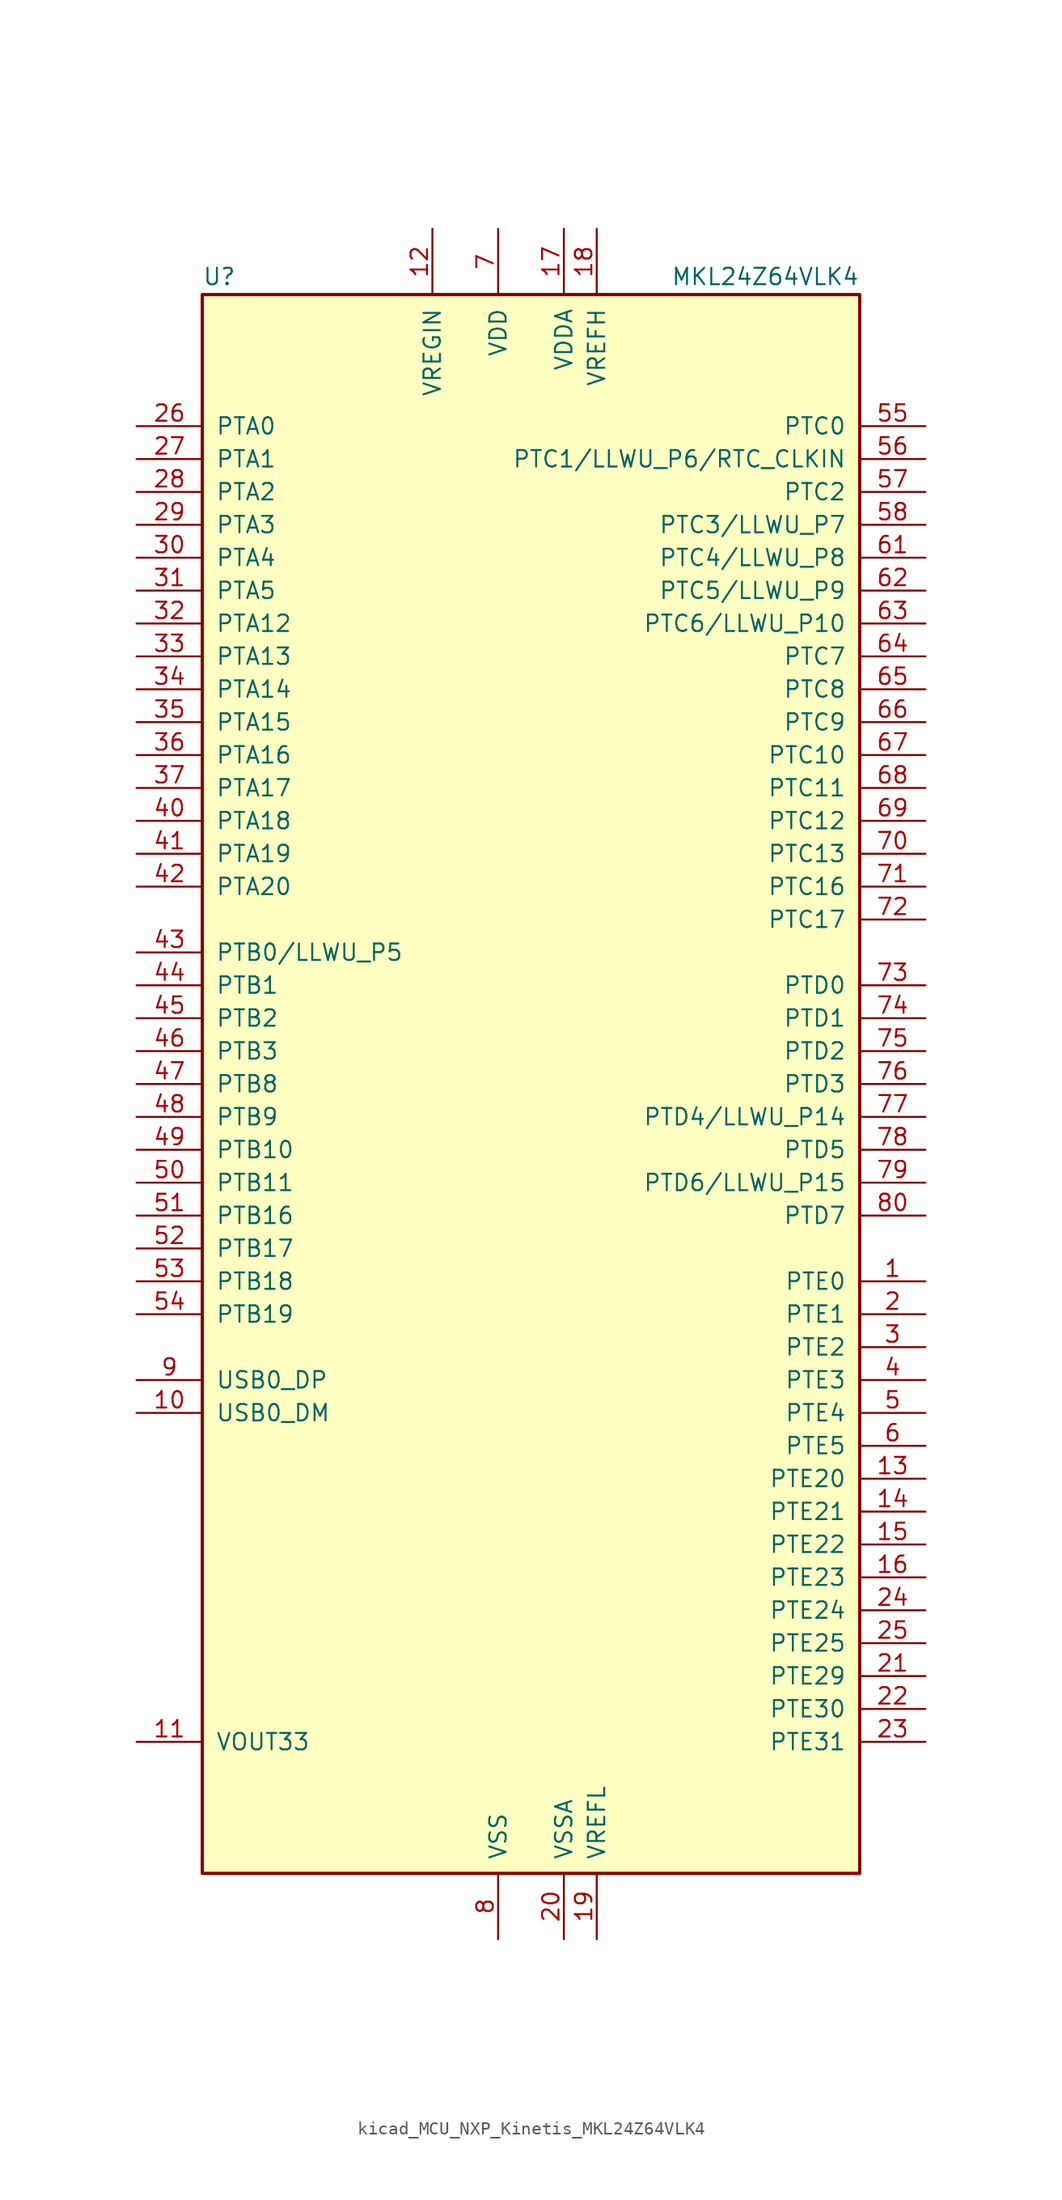
<source format=kicad_sym>
(kicad_symbol_lib
  (version 20220914)
  (generator kicad_symbol_editor)
  (symbol "kicad_MCU_NXP_Kinetis_MKL24Z64VLK4"
    (pin_names
      (offset 1.016))
    (property "Reference" "U"
      (at -25.4 61.595 0)
      (effects (font (size 1.27 1.27)) (justify left bottom)))
    (property "Value" "MKL24Z64VLK4"
      (at 25.4 61.595 0)
      (effects (font (size 1.27 1.27)) (justify right bottom)))
    (symbol "kicad_MCU_NXP_Kinetis_MKL24Z64VLK4_0_1"
      (rectangle (start -25.4 60.96) (end 25.4 -60.96) (stroke (width 0.254) (type default)) (fill (type background))))
    (symbol "kicad_MCU_NXP_Kinetis_MKL24Z64VLK4_1_1"
      (pin bidirectional line (at 30.48 -15.24 180) (length 5.08) (name "PTE0" (effects (font (size 1.27 1.27)))) (number "1" (effects (font (size 1.27 1.27)))))
      (pin bidirectional line (at -30.48 -25.4 0) (length 5.08) (name "USB0_DM" (effects (font (size 1.27 1.27)))) (number "10" (effects (font (size 1.27 1.27)))))
      (pin power_out line (at -30.48 -50.8 0) (length 5.08) (name "VOUT33" (effects (font (size 1.27 1.27)))) (number "11" (effects (font (size 1.27 1.27)))))
      (pin power_in line (at -7.62 66.04 270) (length 5.08) (name "VREGIN" (effects (font (size 1.27 1.27)))) (number "12" (effects (font (size 1.27 1.27)))))
      (pin bidirectional line (at 30.48 -30.48 180) (length 5.08) (name "PTE20" (effects (font (size 1.27 1.27)))) (number "13" (effects (font (size 1.27 1.27)))))
      (pin bidirectional line (at 30.48 -33.02 180) (length 5.08) (name "PTE21" (effects (font (size 1.27 1.27)))) (number "14" (effects (font (size 1.27 1.27)))))
      (pin bidirectional line (at 30.48 -35.56 180) (length 5.08) (name "PTE22" (effects (font (size 1.27 1.27)))) (number "15" (effects (font (size 1.27 1.27)))))
      (pin bidirectional line (at 30.48 -38.1 180) (length 5.08) (name "PTE23" (effects (font (size 1.27 1.27)))) (number "16" (effects (font (size 1.27 1.27)))))
      (pin power_in line (at 2.54 66.04 270) (length 5.08) (name "VDDA" (effects (font (size 1.27 1.27)))) (number "17" (effects (font (size 1.27 1.27)))))
      (pin power_in line (at 5.08 66.04 270) (length 5.08) (name "VREFH" (effects (font (size 1.27 1.27)))) (number "18" (effects (font (size 1.27 1.27)))))
      (pin power_in line (at 5.08 -66.04 90) (length 5.08) (name "VREFL" (effects (font (size 1.27 1.27)))) (number "19" (effects (font (size 1.27 1.27)))))
      (pin bidirectional line (at 30.48 -17.78 180) (length 5.08) (name "PTE1" (effects (font (size 1.27 1.27)))) (number "2" (effects (font (size 1.27 1.27)))))
      (pin power_in line (at 2.54 -66.04 90) (length 5.08) (name "VSSA" (effects (font (size 1.27 1.27)))) (number "20" (effects (font (size 1.27 1.27)))))
      (pin bidirectional line (at 30.48 -45.72 180) (length 5.08) (name "PTE29" (effects (font (size 1.27 1.27)))) (number "21" (effects (font (size 1.27 1.27)))))
      (pin bidirectional line (at 30.48 -48.26 180) (length 5.08) (name "PTE30" (effects (font (size 1.27 1.27)))) (number "22" (effects (font (size 1.27 1.27)))))
      (pin bidirectional line (at 30.48 -50.8 180) (length 5.08) (name "PTE31" (effects (font (size 1.27 1.27)))) (number "23" (effects (font (size 1.27 1.27)))))
      (pin bidirectional line (at 30.48 -40.64 180) (length 5.08) (name "PTE24" (effects (font (size 1.27 1.27)))) (number "24" (effects (font (size 1.27 1.27)))))
      (pin bidirectional line (at 30.48 -43.18 180) (length 5.08) (name "PTE25" (effects (font (size 1.27 1.27)))) (number "25" (effects (font (size 1.27 1.27)))))
      (pin bidirectional line (at -30.48 50.8 0) (length 5.08) (name "PTA0" (effects (font (size 1.27 1.27)))) (number "26" (effects (font (size 1.27 1.27)))))
      (pin bidirectional line (at -30.48 48.26 0) (length 5.08) (name "PTA1" (effects (font (size 1.27 1.27)))) (number "27" (effects (font (size 1.27 1.27)))))
      (pin bidirectional line (at -30.48 45.72 0) (length 5.08) (name "PTA2" (effects (font (size 1.27 1.27)))) (number "28" (effects (font (size 1.27 1.27)))))
      (pin bidirectional line (at -30.48 43.18 0) (length 5.08) (name "PTA3" (effects (font (size 1.27 1.27)))) (number "29" (effects (font (size 1.27 1.27)))))
      (pin bidirectional line (at 30.48 -20.32 180) (length 5.08) (name "PTE2" (effects (font (size 1.27 1.27)))) (number "3" (effects (font (size 1.27 1.27)))))
      (pin bidirectional line (at -30.48 40.64 0) (length 5.08) (name "PTA4" (effects (font (size 1.27 1.27)))) (number "30" (effects (font (size 1.27 1.27)))))
      (pin bidirectional line (at -30.48 38.1 0) (length 5.08) (name "PTA5" (effects (font (size 1.27 1.27)))) (number "31" (effects (font (size 1.27 1.27)))))
      (pin bidirectional line (at -30.48 35.56 0) (length 5.08) (name "PTA12" (effects (font (size 1.27 1.27)))) (number "32" (effects (font (size 1.27 1.27)))))
      (pin bidirectional line (at -30.48 33.02 0) (length 5.08) (name "PTA13" (effects (font (size 1.27 1.27)))) (number "33" (effects (font (size 1.27 1.27)))))
      (pin bidirectional line (at -30.48 30.48 0) (length 5.08) (name "PTA14" (effects (font (size 1.27 1.27)))) (number "34" (effects (font (size 1.27 1.27)))))
      (pin bidirectional line (at -30.48 27.94 0) (length 5.08) (name "PTA15" (effects (font (size 1.27 1.27)))) (number "35" (effects (font (size 1.27 1.27)))))
      (pin bidirectional line (at -30.48 25.4 0) (length 5.08) (name "PTA16" (effects (font (size 1.27 1.27)))) (number "36" (effects (font (size 1.27 1.27)))))
      (pin bidirectional line (at -30.48 22.86 0) (length 5.08) (name "PTA17" (effects (font (size 1.27 1.27)))) (number "37" (effects (font (size 1.27 1.27)))))
      (pin passive line (at -2.54 66.04 270) (length 5.08) hide (name "VDD" (effects (font (size 1.27 1.27)))) (number "38" (effects (font (size 1.27 1.27)))))
      (pin passive line (at -2.54 -66.04 90) (length 5.08) hide (name "VSS" (effects (font (size 1.27 1.27)))) (number "39" (effects (font (size 1.27 1.27)))))
      (pin bidirectional line (at 30.48 -22.86 180) (length 5.08) (name "PTE3" (effects (font (size 1.27 1.27)))) (number "4" (effects (font (size 1.27 1.27)))))
      (pin bidirectional line (at -30.48 20.32 0) (length 5.08) (name "PTA18" (effects (font (size 1.27 1.27)))) (number "40" (effects (font (size 1.27 1.27)))))
      (pin bidirectional line (at -30.48 17.78 0) (length 5.08) (name "PTA19" (effects (font (size 1.27 1.27)))) (number "41" (effects (font (size 1.27 1.27)))))
      (pin bidirectional line (at -30.48 15.24 0) (length 5.08) (name "PTA20" (effects (font (size 1.27 1.27)))) (number "42" (effects (font (size 1.27 1.27)))))
      (pin bidirectional line (at -30.48 10.16 0) (length 5.08) (name "PTB0/LLWU_P5" (effects (font (size 1.27 1.27)))) (number "43" (effects (font (size 1.27 1.27)))))
      (pin bidirectional line (at -30.48 7.62 0) (length 5.08) (name "PTB1" (effects (font (size 1.27 1.27)))) (number "44" (effects (font (size 1.27 1.27)))))
      (pin bidirectional line (at -30.48 5.08 0) (length 5.08) (name "PTB2" (effects (font (size 1.27 1.27)))) (number "45" (effects (font (size 1.27 1.27)))))
      (pin bidirectional line (at -30.48 2.54 0) (length 5.08) (name "PTB3" (effects (font (size 1.27 1.27)))) (number "46" (effects (font (size 1.27 1.27)))))
      (pin bidirectional line (at -30.48 0 0) (length 5.08) (name "PTB8" (effects (font (size 1.27 1.27)))) (number "47" (effects (font (size 1.27 1.27)))))
      (pin bidirectional line (at -30.48 -2.54 0) (length 5.08) (name "PTB9" (effects (font (size 1.27 1.27)))) (number "48" (effects (font (size 1.27 1.27)))))
      (pin bidirectional line (at -30.48 -5.08 0) (length 5.08) (name "PTB10" (effects (font (size 1.27 1.27)))) (number "49" (effects (font (size 1.27 1.27)))))
      (pin bidirectional line (at 30.48 -25.4 180) (length 5.08) (name "PTE4" (effects (font (size 1.27 1.27)))) (number "5" (effects (font (size 1.27 1.27)))))
      (pin bidirectional line (at -30.48 -7.62 0) (length 5.08) (name "PTB11" (effects (font (size 1.27 1.27)))) (number "50" (effects (font (size 1.27 1.27)))))
      (pin bidirectional line (at -30.48 -10.16 0) (length 5.08) (name "PTB16" (effects (font (size 1.27 1.27)))) (number "51" (effects (font (size 1.27 1.27)))))
      (pin bidirectional line (at -30.48 -12.7 0) (length 5.08) (name "PTB17" (effects (font (size 1.27 1.27)))) (number "52" (effects (font (size 1.27 1.27)))))
      (pin bidirectional line (at -30.48 -15.24 0) (length 5.08) (name "PTB18" (effects (font (size 1.27 1.27)))) (number "53" (effects (font (size 1.27 1.27)))))
      (pin bidirectional line (at -30.48 -17.78 0) (length 5.08) (name "PTB19" (effects (font (size 1.27 1.27)))) (number "54" (effects (font (size 1.27 1.27)))))
      (pin bidirectional line (at 30.48 50.8 180) (length 5.08) (name "PTC0" (effects (font (size 1.27 1.27)))) (number "55" (effects (font (size 1.27 1.27)))))
      (pin bidirectional line (at 30.48 48.26 180) (length 5.08) (name "PTC1/LLWU_P6/RTC_CLKIN" (effects (font (size 1.27 1.27)))) (number "56" (effects (font (size 1.27 1.27)))))
      (pin bidirectional line (at 30.48 45.72 180) (length 5.08) (name "PTC2" (effects (font (size 1.27 1.27)))) (number "57" (effects (font (size 1.27 1.27)))))
      (pin bidirectional line (at 30.48 43.18 180) (length 5.08) (name "PTC3/LLWU_P7" (effects (font (size 1.27 1.27)))) (number "58" (effects (font (size 1.27 1.27)))))
      (pin passive line (at -2.54 -66.04 90) (length 5.08) hide (name "VSS" (effects (font (size 1.27 1.27)))) (number "59" (effects (font (size 1.27 1.27)))))
      (pin bidirectional line (at 30.48 -27.94 180) (length 5.08) (name "PTE5" (effects (font (size 1.27 1.27)))) (number "6" (effects (font (size 1.27 1.27)))))
      (pin passive line (at -2.54 66.04 270) (length 5.08) hide (name "VDD" (effects (font (size 1.27 1.27)))) (number "60" (effects (font (size 1.27 1.27)))))
      (pin bidirectional line (at 30.48 40.64 180) (length 5.08) (name "PTC4/LLWU_P8" (effects (font (size 1.27 1.27)))) (number "61" (effects (font (size 1.27 1.27)))))
      (pin bidirectional line (at 30.48 38.1 180) (length 5.08) (name "PTC5/LLWU_P9" (effects (font (size 1.27 1.27)))) (number "62" (effects (font (size 1.27 1.27)))))
      (pin bidirectional line (at 30.48 35.56 180) (length 5.08) (name "PTC6/LLWU_P10" (effects (font (size 1.27 1.27)))) (number "63" (effects (font (size 1.27 1.27)))))
      (pin bidirectional line (at 30.48 33.02 180) (length 5.08) (name "PTC7" (effects (font (size 1.27 1.27)))) (number "64" (effects (font (size 1.27 1.27)))))
      (pin bidirectional line (at 30.48 30.48 180) (length 5.08) (name "PTC8" (effects (font (size 1.27 1.27)))) (number "65" (effects (font (size 1.27 1.27)))))
      (pin bidirectional line (at 30.48 27.94 180) (length 5.08) (name "PTC9" (effects (font (size 1.27 1.27)))) (number "66" (effects (font (size 1.27 1.27)))))
      (pin bidirectional line (at 30.48 25.4 180) (length 5.08) (name "PTC10" (effects (font (size 1.27 1.27)))) (number "67" (effects (font (size 1.27 1.27)))))
      (pin bidirectional line (at 30.48 22.86 180) (length 5.08) (name "PTC11" (effects (font (size 1.27 1.27)))) (number "68" (effects (font (size 1.27 1.27)))))
      (pin bidirectional line (at 30.48 20.32 180) (length 5.08) (name "PTC12" (effects (font (size 1.27 1.27)))) (number "69" (effects (font (size 1.27 1.27)))))
      (pin power_in line (at -2.54 66.04 270) (length 5.08) (name "VDD" (effects (font (size 1.27 1.27)))) (number "7" (effects (font (size 1.27 1.27)))))
      (pin bidirectional line (at 30.48 17.78 180) (length 5.08) (name "PTC13" (effects (font (size 1.27 1.27)))) (number "70" (effects (font (size 1.27 1.27)))))
      (pin bidirectional line (at 30.48 15.24 180) (length 5.08) (name "PTC16" (effects (font (size 1.27 1.27)))) (number "71" (effects (font (size 1.27 1.27)))))
      (pin bidirectional line (at 30.48 12.7 180) (length 5.08) (name "PTC17" (effects (font (size 1.27 1.27)))) (number "72" (effects (font (size 1.27 1.27)))))
      (pin bidirectional line (at 30.48 7.62 180) (length 5.08) (name "PTD0" (effects (font (size 1.27 1.27)))) (number "73" (effects (font (size 1.27 1.27)))))
      (pin bidirectional line (at 30.48 5.08 180) (length 5.08) (name "PTD1" (effects (font (size 1.27 1.27)))) (number "74" (effects (font (size 1.27 1.27)))))
      (pin bidirectional line (at 30.48 2.54 180) (length 5.08) (name "PTD2" (effects (font (size 1.27 1.27)))) (number "75" (effects (font (size 1.27 1.27)))))
      (pin bidirectional line (at 30.48 0 180) (length 5.08) (name "PTD3" (effects (font (size 1.27 1.27)))) (number "76" (effects (font (size 1.27 1.27)))))
      (pin bidirectional line (at 30.48 -2.54 180) (length 5.08) (name "PTD4/LLWU_P14" (effects (font (size 1.27 1.27)))) (number "77" (effects (font (size 1.27 1.27)))))
      (pin bidirectional line (at 30.48 -5.08 180) (length 5.08) (name "PTD5" (effects (font (size 1.27 1.27)))) (number "78" (effects (font (size 1.27 1.27)))))
      (pin bidirectional line (at 30.48 -7.62 180) (length 5.08) (name "PTD6/LLWU_P15" (effects (font (size 1.27 1.27)))) (number "79" (effects (font (size 1.27 1.27)))))
      (pin power_in line (at -2.54 -66.04 90) (length 5.08) (name "VSS" (effects (font (size 1.27 1.27)))) (number "8" (effects (font (size 1.27 1.27)))))
      (pin bidirectional line (at 30.48 -10.16 180) (length 5.08) (name "PTD7" (effects (font (size 1.27 1.27)))) (number "80" (effects (font (size 1.27 1.27)))))
      (pin bidirectional line (at -30.48 -22.86 0) (length 5.08) (name "USB0_DP" (effects (font (size 1.27 1.27)))) (number "9" (effects (font (size 1.27 1.27))))))))
</source>
